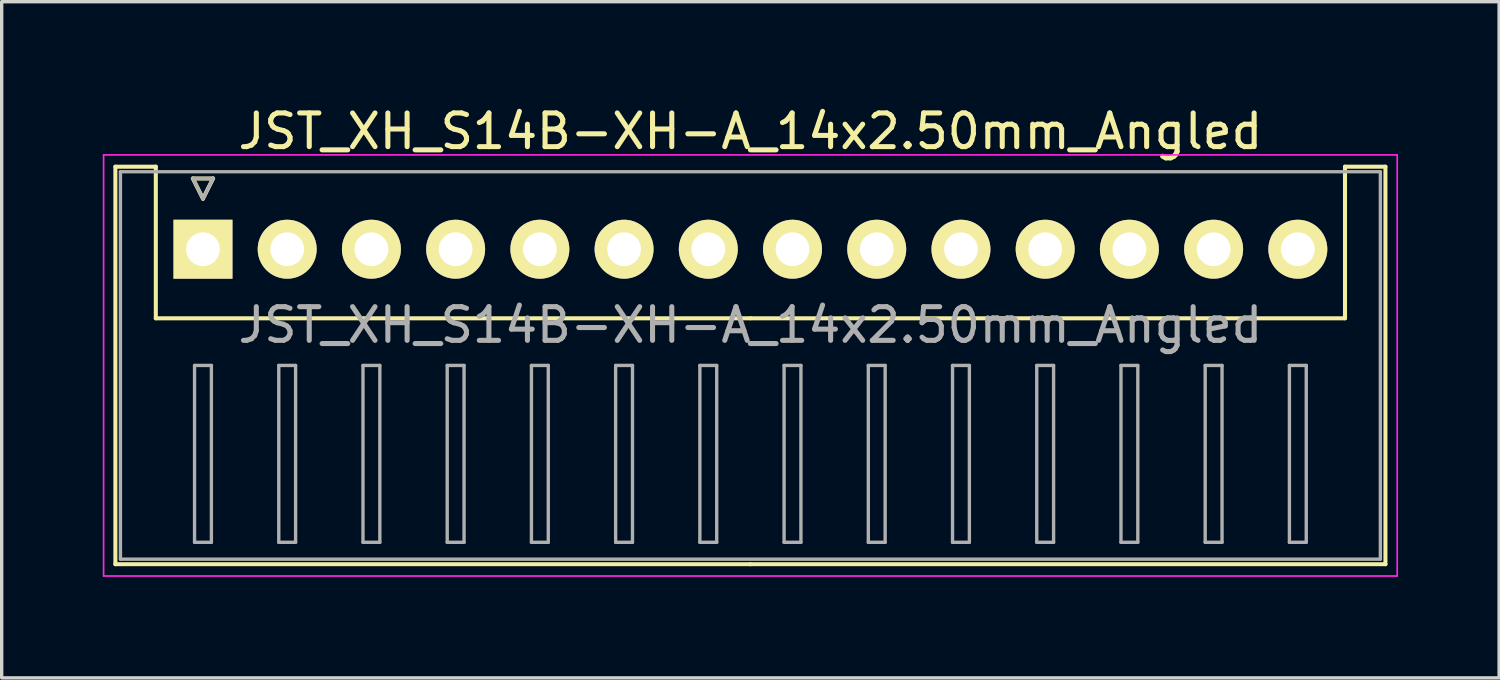
<source format=kicad_pcb>
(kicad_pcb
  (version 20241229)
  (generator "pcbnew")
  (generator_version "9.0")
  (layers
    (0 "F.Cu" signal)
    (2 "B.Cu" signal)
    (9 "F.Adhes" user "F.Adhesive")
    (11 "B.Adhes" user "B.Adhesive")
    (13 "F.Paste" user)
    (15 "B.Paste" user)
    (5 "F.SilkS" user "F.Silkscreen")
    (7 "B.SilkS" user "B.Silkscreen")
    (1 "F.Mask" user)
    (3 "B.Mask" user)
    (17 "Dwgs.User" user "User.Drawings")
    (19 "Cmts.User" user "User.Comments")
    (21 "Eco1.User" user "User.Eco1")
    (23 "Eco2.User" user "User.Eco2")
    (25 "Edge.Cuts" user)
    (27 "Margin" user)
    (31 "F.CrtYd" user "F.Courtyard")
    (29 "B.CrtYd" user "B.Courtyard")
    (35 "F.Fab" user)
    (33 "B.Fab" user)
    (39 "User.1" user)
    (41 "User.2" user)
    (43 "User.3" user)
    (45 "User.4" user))
  (footprint "JST_XH_S14B-XH-A_14x2.50mm_Angled"
    (layer "F.Cu")
    (at 2.975 4.348)
    (property "Reference" "JST_XH_S14B-XH-A_14x2.50mm_Angled" (at 16.25 -3.5 0) (layer "F.SilkS") (effects (font (size 1 1) (thickness 0.15))))
    (attr through_hole)
    (fp_line (start -2.6 -2.45) (end -1.4 -2.45) (stroke (width 0.12) (type solid)) (layer "F.SilkS"))
    (fp_line (start -2.6 9.35) (end -2.6 -2.45) (stroke (width 0.12) (type solid)) (layer "F.SilkS"))
    (fp_line (start -1.4 -2.45) (end -1.4 2.05) (stroke (width 0.12) (type solid)) (layer "F.SilkS"))
    (fp_line (start -1.4 2.05) (end 16.25 2.05) (stroke (width 0.12) (type solid)) (layer "F.SilkS"))
    (fp_line (start -0.3 -2.1) (end 0.3 -2.1) (stroke (width 0.12) (type solid)) (layer "F.SilkS"))
    (fp_line (start 0 -1.5) (end -0.3 -2.1) (stroke (width 0.12) (type solid)) (layer "F.SilkS"))
    (fp_line (start 0.3 -2.1) (end 0 -1.5) (stroke (width 0.12) (type solid)) (layer "F.SilkS"))
    (fp_line (start 16.25 9.35) (end -2.6 9.35) (stroke (width 0.12) (type solid)) (layer "F.SilkS"))
    (fp_line (start 16.25 9.35) (end 35.1 9.35) (stroke (width 0.12) (type solid)) (layer "F.SilkS"))
    (fp_line (start 33.9 -2.45) (end 33.9 2.05) (stroke (width 0.12) (type solid)) (layer "F.SilkS"))
    (fp_line (start 33.9 2.05) (end 16.25 2.05) (stroke (width 0.12) (type solid)) (layer "F.SilkS"))
    (fp_line (start 35.1 -2.45) (end 33.9 -2.45) (stroke (width 0.12) (type solid)) (layer "F.SilkS"))
    (fp_line (start 35.1 9.35) (end 35.1 -2.45) (stroke (width 0.12) (type solid)) (layer "F.SilkS"))
    (fp_line (start -2.95 -2.8) (end -2.95 9.7) (stroke (width 0.05) (type solid)) (layer "F.CrtYd"))
    (fp_line (start -2.95 9.7) (end 35.45 9.7) (stroke (width 0.05) (type solid)) (layer "F.CrtYd"))
    (fp_line (start 35.45 -2.8) (end -2.95 -2.8) (stroke (width 0.05) (type solid)) (layer "F.CrtYd"))
    (fp_line (start 35.45 9.7) (end 35.45 -2.8) (stroke (width 0.05) (type solid)) (layer "F.CrtYd"))
    (fp_line (start -2.45 -2.3) (end -2.45 9.2) (stroke (width 0.1) (type solid)) (layer "F.Fab"))
    (fp_line (start -2.45 9.2) (end 34.95 9.2) (stroke (width 0.1) (type solid)) (layer "F.Fab"))
    (fp_line (start -0.3 -2.1) (end 0.3 -2.1) (stroke (width 0.1) (type solid)) (layer "F.Fab"))
    (fp_line (start -0.25 3.45) (end -0.25 8.7) (stroke (width 0.1) (type solid)) (layer "F.Fab"))
    (fp_line (start -0.25 8.7) (end 0.25 8.7) (stroke (width 0.1) (type solid)) (layer "F.Fab"))
    (fp_line (start 0 -1.5) (end -0.3 -2.1) (stroke (width 0.1) (type solid)) (layer "F.Fab"))
    (fp_line (start 0.25 3.45) (end -0.25 3.45) (stroke (width 0.1) (type solid)) (layer "F.Fab"))
    (fp_line (start 0.25 8.7) (end 0.25 3.45) (stroke (width 0.1) (type solid)) (layer "F.Fab"))
    (fp_line (start 0.3 -2.1) (end 0 -1.5) (stroke (width 0.1) (type solid)) (layer "F.Fab"))
    (fp_line (start 2.25 3.45) (end 2.25 8.7) (stroke (width 0.1) (type solid)) (layer "F.Fab"))
    (fp_line (start 2.25 8.7) (end 2.75 8.7) (stroke (width 0.1) (type solid)) (layer "F.Fab"))
    (fp_line (start 2.75 3.45) (end 2.25 3.45) (stroke (width 0.1) (type solid)) (layer "F.Fab"))
    (fp_line (start 2.75 8.7) (end 2.75 3.45) (stroke (width 0.1) (type solid)) (layer "F.Fab"))
    (fp_line (start 4.75 3.45) (end 4.75 8.7) (stroke (width 0.1) (type solid)) (layer "F.Fab"))
    (fp_line (start 4.75 8.7) (end 5.25 8.7) (stroke (width 0.1) (type solid)) (layer "F.Fab"))
    (fp_line (start 5.25 3.45) (end 4.75 3.45) (stroke (width 0.1) (type solid)) (layer "F.Fab"))
    (fp_line (start 5.25 8.7) (end 5.25 3.45) (stroke (width 0.1) (type solid)) (layer "F.Fab"))
    (fp_line (start 7.25 3.45) (end 7.25 8.7) (stroke (width 0.1) (type solid)) (layer "F.Fab"))
    (fp_line (start 7.25 8.7) (end 7.75 8.7) (stroke (width 0.1) (type solid)) (layer "F.Fab"))
    (fp_line (start 7.75 3.45) (end 7.25 3.45) (stroke (width 0.1) (type solid)) (layer "F.Fab"))
    (fp_line (start 7.75 8.7) (end 7.75 3.45) (stroke (width 0.1) (type solid)) (layer "F.Fab"))
    (fp_line (start 9.75 3.45) (end 9.75 8.7) (stroke (width 0.1) (type solid)) (layer "F.Fab"))
    (fp_line (start 9.75 8.7) (end 10.25 8.7) (stroke (width 0.1) (type solid)) (layer "F.Fab"))
    (fp_line (start 10.25 3.45) (end 9.75 3.45) (stroke (width 0.1) (type solid)) (layer "F.Fab"))
    (fp_line (start 10.25 8.7) (end 10.25 3.45) (stroke (width 0.1) (type solid)) (layer "F.Fab"))
    (fp_line (start 12.25 3.45) (end 12.25 8.7) (stroke (width 0.1) (type solid)) (layer "F.Fab"))
    (fp_line (start 12.25 8.7) (end 12.75 8.7) (stroke (width 0.1) (type solid)) (layer "F.Fab"))
    (fp_line (start 12.75 3.45) (end 12.25 3.45) (stroke (width 0.1) (type solid)) (layer "F.Fab"))
    (fp_line (start 12.75 8.7) (end 12.75 3.45) (stroke (width 0.1) (type solid)) (layer "F.Fab"))
    (fp_line (start 14.75 3.45) (end 14.75 8.7) (stroke (width 0.1) (type solid)) (layer "F.Fab"))
    (fp_line (start 14.75 8.7) (end 15.25 8.7) (stroke (width 0.1) (type solid)) (layer "F.Fab"))
    (fp_line (start 15.25 3.45) (end 14.75 3.45) (stroke (width 0.1) (type solid)) (layer "F.Fab"))
    (fp_line (start 15.25 8.7) (end 15.25 3.45) (stroke (width 0.1) (type solid)) (layer "F.Fab"))
    (fp_line (start 17.25 3.45) (end 17.25 8.7) (stroke (width 0.1) (type solid)) (layer "F.Fab"))
    (fp_line (start 17.25 8.7) (end 17.75 8.7) (stroke (width 0.1) (type solid)) (layer "F.Fab"))
    (fp_line (start 17.75 3.45) (end 17.25 3.45) (stroke (width 0.1) (type solid)) (layer "F.Fab"))
    (fp_line (start 17.75 8.7) (end 17.75 3.45) (stroke (width 0.1) (type solid)) (layer "F.Fab"))
    (fp_line (start 19.75 3.45) (end 19.75 8.7) (stroke (width 0.1) (type solid)) (layer "F.Fab"))
    (fp_line (start 19.75 8.7) (end 20.25 8.7) (stroke (width 0.1) (type solid)) (layer "F.Fab"))
    (fp_line (start 20.25 3.45) (end 19.75 3.45) (stroke (width 0.1) (type solid)) (layer "F.Fab"))
    (fp_line (start 20.25 8.7) (end 20.25 3.45) (stroke (width 0.1) (type solid)) (layer "F.Fab"))
    (fp_line (start 22.25 3.45) (end 22.25 8.7) (stroke (width 0.1) (type solid)) (layer "F.Fab"))
    (fp_line (start 22.25 8.7) (end 22.75 8.7) (stroke (width 0.1) (type solid)) (layer "F.Fab"))
    (fp_line (start 22.75 3.45) (end 22.25 3.45) (stroke (width 0.1) (type solid)) (layer "F.Fab"))
    (fp_line (start 22.75 8.7) (end 22.75 3.45) (stroke (width 0.1) (type solid)) (layer "F.Fab"))
    (fp_line (start 24.75 3.45) (end 24.75 8.7) (stroke (width 0.1) (type solid)) (layer "F.Fab"))
    (fp_line (start 24.75 8.7) (end 25.25 8.7) (stroke (width 0.1) (type solid)) (layer "F.Fab"))
    (fp_line (start 25.25 3.45) (end 24.75 3.45) (stroke (width 0.1) (type solid)) (layer "F.Fab"))
    (fp_line (start 25.25 8.7) (end 25.25 3.45) (stroke (width 0.1) (type solid)) (layer "F.Fab"))
    (fp_line (start 27.25 3.45) (end 27.25 8.7) (stroke (width 0.1) (type solid)) (layer "F.Fab"))
    (fp_line (start 27.25 8.7) (end 27.75 8.7) (stroke (width 0.1) (type solid)) (layer "F.Fab"))
    (fp_line (start 27.75 3.45) (end 27.25 3.45) (stroke (width 0.1) (type solid)) (layer "F.Fab"))
    (fp_line (start 27.75 8.7) (end 27.75 3.45) (stroke (width 0.1) (type solid)) (layer "F.Fab"))
    (fp_line (start 29.75 3.45) (end 29.75 8.7) (stroke (width 0.1) (type solid)) (layer "F.Fab"))
    (fp_line (start 29.75 8.7) (end 30.25 8.7) (stroke (width 0.1) (type solid)) (layer "F.Fab"))
    (fp_line (start 30.25 3.45) (end 29.75 3.45) (stroke (width 0.1) (type solid)) (layer "F.Fab"))
    (fp_line (start 30.25 8.7) (end 30.25 3.45) (stroke (width 0.1) (type solid)) (layer "F.Fab"))
    (fp_line (start 32.25 3.45) (end 32.25 8.7) (stroke (width 0.1) (type solid)) (layer "F.Fab"))
    (fp_line (start 32.25 8.7) (end 32.75 8.7) (stroke (width 0.1) (type solid)) (layer "F.Fab"))
    (fp_line (start 32.75 3.45) (end 32.25 3.45) (stroke (width 0.1) (type solid)) (layer "F.Fab"))
    (fp_line (start 32.75 8.7) (end 32.75 3.45) (stroke (width 0.1) (type solid)) (layer "F.Fab"))
    (fp_line (start 34.95 -2.3) (end -2.45 -2.3) (stroke (width 0.1) (type solid)) (layer "F.Fab"))
    (fp_line (start 34.95 9.2) (end 34.95 -2.3) (stroke (width 0.1) (type solid)) (layer "F.Fab"))
    (fp_text user "${REFERENCE}" (at 16.25 2.25 0) (layer "F.Fab") (effects (font (size 1 1) (thickness 0.15))))
    (pad "1" thru_hole rect (at 0 0) (size 1.75 1.75) (drill 1) (layers "*.Cu" "*.Mask" "F.SilkS"))
    (pad "2" thru_hole circle (at 2.5 0) (size 1.75 1.75) (drill 1) (layers "*.Cu" "*.Mask" "F.SilkS"))
    (pad "3" thru_hole circle (at 5 0) (size 1.75 1.75) (drill 1) (layers "*.Cu" "*.Mask" "F.SilkS"))
    (pad "4" thru_hole circle (at 7.5 0) (size 1.75 1.75) (drill 1) (layers "*.Cu" "*.Mask" "F.SilkS"))
    (pad "5" thru_hole circle (at 10 0) (size 1.75 1.75) (drill 1) (layers "*.Cu" "*.Mask" "F.SilkS"))
    (pad "6" thru_hole circle (at 12.5 0) (size 1.75 1.75) (drill 1) (layers "*.Cu" "*.Mask" "F.SilkS"))
    (pad "7" thru_hole circle (at 15 0) (size 1.75 1.75) (drill 1) (layers "*.Cu" "*.Mask" "F.SilkS"))
    (pad "8" thru_hole circle (at 17.5 0) (size 1.75 1.75) (drill 1) (layers "*.Cu" "*.Mask" "F.SilkS"))
    (pad "9" thru_hole circle (at 20 0) (size 1.75 1.75) (drill 1) (layers "*.Cu" "*.Mask" "F.SilkS"))
    (pad "10" thru_hole circle (at 22.5 0) (size 1.75 1.75) (drill 1) (layers "*.Cu" "*.Mask" "F.SilkS"))
    (pad "11" thru_hole circle (at 25 0) (size 1.75 1.75) (drill 1) (layers "*.Cu" "*.Mask" "F.SilkS"))
    (pad "12" thru_hole circle (at 27.5 0) (size 1.75 1.75) (drill 1) (layers "*.Cu" "*.Mask" "F.SilkS"))
    (pad "13" thru_hole circle (at 30 0) (size 1.75 1.75) (drill 1) (layers "*.Cu" "*.Mask" "F.SilkS"))
    (pad "14" thru_hole circle (at 32.5 0) (size 1.75 1.75) (drill 1) (layers "*.Cu" "*.Mask" "F.SilkS")))
  (gr_rect
    (start -3 -3)
    (end 41.45 17.073)
    (stroke (width 0.1) (type default))
    (fill no)
    (layer "Edge.Cuts")))
</source>
